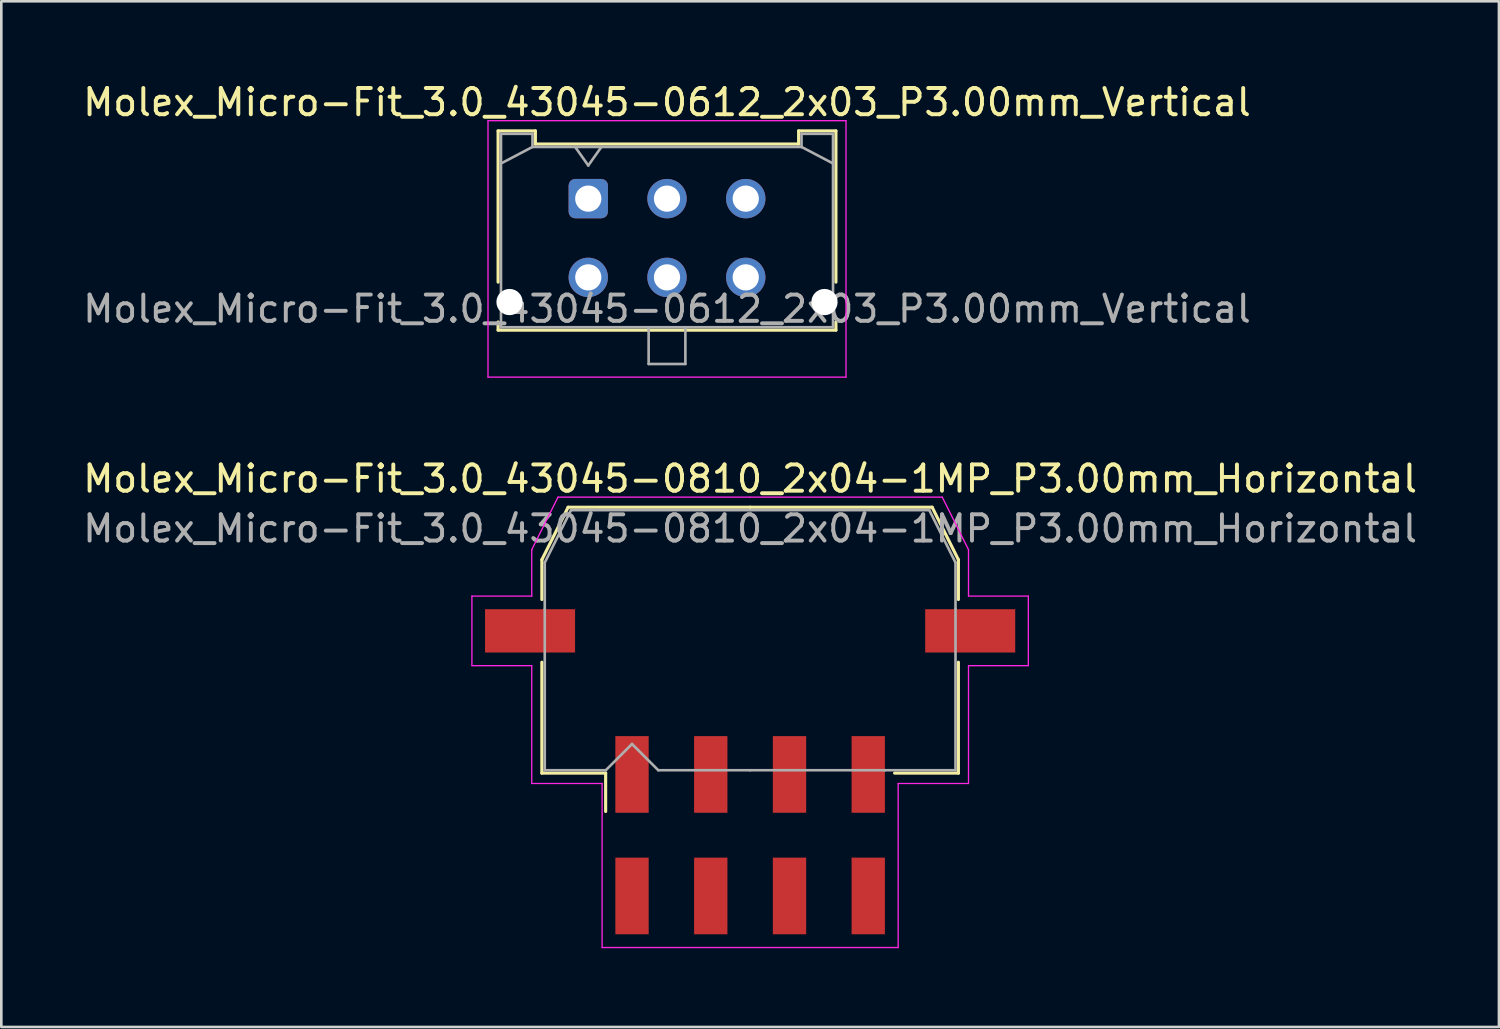
<source format=kicad_pcb>
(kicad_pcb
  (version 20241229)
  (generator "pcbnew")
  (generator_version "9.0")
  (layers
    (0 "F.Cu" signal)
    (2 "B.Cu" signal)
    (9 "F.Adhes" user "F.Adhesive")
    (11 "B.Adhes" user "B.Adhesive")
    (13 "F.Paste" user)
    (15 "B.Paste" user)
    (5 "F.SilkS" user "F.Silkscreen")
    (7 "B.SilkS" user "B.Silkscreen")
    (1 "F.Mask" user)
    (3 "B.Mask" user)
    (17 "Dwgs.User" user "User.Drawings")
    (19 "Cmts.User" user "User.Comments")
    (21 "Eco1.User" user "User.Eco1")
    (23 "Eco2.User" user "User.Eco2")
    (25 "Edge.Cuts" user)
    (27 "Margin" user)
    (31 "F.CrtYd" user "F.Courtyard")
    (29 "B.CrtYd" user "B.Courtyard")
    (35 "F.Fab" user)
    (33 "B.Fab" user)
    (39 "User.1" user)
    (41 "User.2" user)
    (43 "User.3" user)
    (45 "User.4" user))
  (footprint "Molex_Micro-Fit_3.0_43045-0810_2x04-1MP_P3.00mm_Horizontal"
    (layer "F.Cu")
    (at 25.53 28.771)
    (property "Reference" "Molex_Micro-Fit_3.0_43045-0810_2x04-1MP_P3.00mm_Horizontal" (at 0 -13.58 0) (layer "F.SilkS") (effects (font (size 1 1) (thickness 0.15))))
    (attr smd)
    (fp_line (start -7.935 -10.495) (end -7.935 -8.98) (stroke (width 0.12) (type solid)) (layer "F.SilkS"))
    (fp_line (start -7.935 -6.59) (end -7.935 -2.365) (stroke (width 0.12) (type solid)) (layer "F.SilkS"))
    (fp_line (start -7.935 -2.365) (end -5.505 -2.365) (stroke (width 0.12) (type solid)) (layer "F.SilkS"))
    (fp_line (start -6.935 -12.495) (end -7.935 -10.495) (stroke (width 0.12) (type solid)) (layer "F.SilkS"))
    (fp_line (start -5.505 -2.365) (end -5.505 -0.905) (stroke (width 0.12) (type solid)) (layer "F.SilkS"))
    (fp_line (start 0 -12.495) (end -6.935 -12.495) (stroke (width 0.12) (type solid)) (layer "F.SilkS"))
    (fp_line (start 0 -12.495) (end 6.935 -12.495) (stroke (width 0.12) (type solid)) (layer "F.SilkS"))
    (fp_line (start 6.935 -12.495) (end 7.935 -10.495) (stroke (width 0.12) (type solid)) (layer "F.SilkS"))
    (fp_line (start 7.935 -10.495) (end 7.935 -8.98) (stroke (width 0.12) (type solid)) (layer "F.SilkS"))
    (fp_line (start 7.935 -6.59) (end 7.935 -2.365) (stroke (width 0.12) (type solid)) (layer "F.SilkS"))
    (fp_line (start 7.935 -2.365) (end 5.505 -2.365) (stroke (width 0.12) (type solid)) (layer "F.SilkS"))
    (fp_line (start -10.6 -9.11) (end -10.6 -6.46) (stroke (width 0.05) (type solid)) (layer "F.CrtYd"))
    (fp_line (start -10.6 -6.46) (end -8.32 -6.46) (stroke (width 0.05) (type solid)) (layer "F.CrtYd"))
    (fp_line (start -8.32 -10.88) (end -8.32 -9.11) (stroke (width 0.05) (type solid)) (layer "F.CrtYd"))
    (fp_line (start -8.32 -9.11) (end -10.6 -9.11) (stroke (width 0.05) (type solid)) (layer "F.CrtYd"))
    (fp_line (start -8.32 -6.46) (end -8.32 -1.97) (stroke (width 0.05) (type solid)) (layer "F.CrtYd"))
    (fp_line (start -8.32 -1.97) (end -5.64 -1.97) (stroke (width 0.05) (type solid)) (layer "F.CrtYd"))
    (fp_line (start -7.32 -12.88) (end -8.32 -10.88) (stroke (width 0.05) (type solid)) (layer "F.CrtYd"))
    (fp_line (start -5.64 -1.97) (end -5.64 4.28) (stroke (width 0.05) (type solid)) (layer "F.CrtYd"))
    (fp_line (start -5.64 4.28) (end 0 4.28) (stroke (width 0.05) (type solid)) (layer "F.CrtYd"))
    (fp_line (start 0 -12.88) (end -7.32 -12.88) (stroke (width 0.05) (type solid)) (layer "F.CrtYd"))
    (fp_line (start 0 -12.88) (end 7.32 -12.88) (stroke (width 0.05) (type solid)) (layer "F.CrtYd"))
    (fp_line (start 5.64 -1.97) (end 5.64 4.28) (stroke (width 0.05) (type solid)) (layer "F.CrtYd"))
    (fp_line (start 5.64 4.28) (end 0 4.28) (stroke (width 0.05) (type solid)) (layer "F.CrtYd"))
    (fp_line (start 7.32 -12.88) (end 8.32 -10.88) (stroke (width 0.05) (type solid)) (layer "F.CrtYd"))
    (fp_line (start 8.32 -10.88) (end 8.32 -9.11) (stroke (width 0.05) (type solid)) (layer "F.CrtYd"))
    (fp_line (start 8.32 -9.11) (end 10.6 -9.11) (stroke (width 0.05) (type solid)) (layer "F.CrtYd"))
    (fp_line (start 8.32 -6.46) (end 8.32 -1.97) (stroke (width 0.05) (type solid)) (layer "F.CrtYd"))
    (fp_line (start 8.32 -1.97) (end 5.64 -1.97) (stroke (width 0.05) (type solid)) (layer "F.CrtYd"))
    (fp_line (start 10.6 -9.11) (end 10.6 -6.46) (stroke (width 0.05) (type solid)) (layer "F.CrtYd"))
    (fp_line (start 10.6 -6.46) (end 8.32 -6.46) (stroke (width 0.05) (type solid)) (layer "F.CrtYd"))
    (fp_line (start -7.825 -10.385) (end -7.825 -8.61) (stroke (width 0.1) (type solid)) (layer "F.Fab"))
    (fp_line (start -7.825 -8.61) (end -7.825 -2.475) (stroke (width 0.1) (type solid)) (layer "F.Fab"))
    (fp_line (start -7.825 -2.475) (end -5.5 -2.475) (stroke (width 0.1) (type solid)) (layer "F.Fab"))
    (fp_line (start -6.825 -12.385) (end -7.825 -10.385) (stroke (width 0.1) (type solid)) (layer "F.Fab"))
    (fp_line (start -5.5 -2.475) (end -4.5 -3.475) (stroke (width 0.1) (type solid)) (layer "F.Fab"))
    (fp_line (start -4.5 -3.475) (end -3.5 -2.475) (stroke (width 0.1) (type solid)) (layer "F.Fab"))
    (fp_line (start -3.5 -2.475) (end 0 -2.475) (stroke (width 0.1) (type solid)) (layer "F.Fab"))
    (fp_line (start 0 -12.385) (end -6.825 -12.385) (stroke (width 0.1) (type solid)) (layer "F.Fab"))
    (fp_line (start 0 -12.385) (end 6.825 -12.385) (stroke (width 0.1) (type solid)) (layer "F.Fab"))
    (fp_line (start 5.135 -2.475) (end 0 -2.475) (stroke (width 0.1) (type solid)) (layer "F.Fab"))
    (fp_line (start 6.825 -12.385) (end 7.825 -10.385) (stroke (width 0.1) (type solid)) (layer "F.Fab"))
    (fp_line (start 7.825 -10.385) (end 7.825 -8.61) (stroke (width 0.1) (type solid)) (layer "F.Fab"))
    (fp_line (start 7.825 -8.61) (end 7.825 -2.475) (stroke (width 0.1) (type solid)) (layer "F.Fab"))
    (fp_line (start 7.825 -2.475) (end 5.135 -2.475) (stroke (width 0.1) (type solid)) (layer "F.Fab"))
    (fp_text user "${REFERENCE}" (at 0 -11.68 0) (layer "F.Fab") (effects (font (size 1 1) (thickness 0.15))))
    (pad "1" smd rect (at -4.5 -2.315) (size 1.27 2.92) (layers "F.Cu" "F.Mask" "F.Paste"))
    (pad "2" smd rect (at -1.5 -2.315) (size 1.27 2.92) (layers "F.Cu" "F.Mask" "F.Paste"))
    (pad "3" smd rect (at 1.5 -2.315) (size 1.27 2.92) (layers "F.Cu" "F.Mask" "F.Paste"))
    (pad "4" smd rect (at 4.5 -2.315) (size 1.27 2.92) (layers "F.Cu" "F.Mask" "F.Paste"))
    (pad "5" smd rect (at -4.5 2.315) (size 1.27 2.92) (layers "F.Cu" "F.Mask" "F.Paste"))
    (pad "6" smd rect (at -1.5 2.315) (size 1.27 2.92) (layers "F.Cu" "F.Mask" "F.Paste"))
    (pad "7" smd rect (at 1.5 2.315) (size 1.27 2.92) (layers "F.Cu" "F.Mask" "F.Paste"))
    (pad "8" smd rect (at 4.5 2.315) (size 1.27 2.92) (layers "F.Cu" "F.Mask" "F.Paste"))
    (pad "MP" smd rect (at -8.385 -7.785) (size 3.43 1.65) (layers "F.Cu" "F.Mask" "F.Paste"))
    (pad "MP" smd rect (at 8.385 -7.785) (size 3.43 1.65) (layers "F.Cu" "F.Mask" "F.Paste")))
  (footprint "Molex_Micro-Fit_3.0_43045-0612_2x03_P3.00mm_Vertical"
    (layer "F.Cu")
    (at 19.363 4.518)
    (property "Reference" "Molex_Micro-Fit_3.0_43045-0612_2x03_P3.00mm_Vertical" (at 3 -3.67 0) (layer "F.SilkS") (effects (font (size 1 1) (thickness 0.15))))
    (attr through_hole)
    (fp_line (start -3.435 -2.58) (end -2.015 -2.58) (stroke (width 0.12) (type solid)) (layer "F.SilkS"))
    (fp_line (start -3.435 3.18) (end -3.435 -2.58) (stroke (width 0.12) (type solid)) (layer "F.SilkS"))
    (fp_line (start -3.435 4.7) (end -3.435 5.01) (stroke (width 0.12) (type solid)) (layer "F.SilkS"))
    (fp_line (start -3.435 5.01) (end 9.435 5.01) (stroke (width 0.12) (type solid)) (layer "F.SilkS"))
    (fp_line (start -2.015 -2.58) (end -2.015 -2.08) (stroke (width 0.12) (type solid)) (layer "F.SilkS"))
    (fp_line (start -2.015 -2.08) (end 8.015 -2.08) (stroke (width 0.12) (type solid)) (layer "F.SilkS"))
    (fp_line (start 8.015 -2.58) (end 9.435 -2.58) (stroke (width 0.12) (type solid)) (layer "F.SilkS"))
    (fp_line (start 8.015 -2.08) (end 8.015 -2.58) (stroke (width 0.12) (type solid)) (layer "F.SilkS"))
    (fp_line (start 9.435 -2.58) (end 9.435 3.18) (stroke (width 0.12) (type solid)) (layer "F.SilkS"))
    (fp_line (start 9.435 5.01) (end 9.435 4.7) (stroke (width 0.12) (type solid)) (layer "F.SilkS"))
    (fp_line (start -3.82 -2.97) (end 9.82 -2.97) (stroke (width 0.05) (type solid)) (layer "F.CrtYd"))
    (fp_line (start -3.82 6.8) (end -3.82 -2.97) (stroke (width 0.05) (type solid)) (layer "F.CrtYd"))
    (fp_line (start 9.82 -2.97) (end 9.82 6.8) (stroke (width 0.05) (type solid)) (layer "F.CrtYd"))
    (fp_line (start 9.82 6.8) (end -3.82 6.8) (stroke (width 0.05) (type solid)) (layer "F.CrtYd"))
    (fp_line (start -3.325 -2.47) (end -3.325 4.9) (stroke (width 0.1) (type solid)) (layer "F.Fab"))
    (fp_line (start -3.325 -1.34) (end -2.125 -1.97) (stroke (width 0.1) (type solid)) (layer "F.Fab"))
    (fp_line (start -3.325 4.9) (end 9.325 4.9) (stroke (width 0.1) (type solid)) (layer "F.Fab"))
    (fp_line (start -2.125 -2.47) (end -3.325 -2.47) (stroke (width 0.1) (type solid)) (layer "F.Fab"))
    (fp_line (start -2.125 -1.97) (end -2.125 -2.47) (stroke (width 0.1) (type solid)) (layer "F.Fab"))
    (fp_line (start -0.5 -1.97) (end 0 -1.263) (stroke (width 0.1) (type solid)) (layer "F.Fab"))
    (fp_line (start 0 -1.263) (end 0.5 -1.97) (stroke (width 0.1) (type solid)) (layer "F.Fab"))
    (fp_line (start 2.3 4.9) (end 2.3 6.3) (stroke (width 0.1) (type solid)) (layer "F.Fab"))
    (fp_line (start 2.3 6.3) (end 3.7 6.3) (stroke (width 0.1) (type solid)) (layer "F.Fab"))
    (fp_line (start 3.7 6.3) (end 3.7 4.9) (stroke (width 0.1) (type solid)) (layer "F.Fab"))
    (fp_line (start 8.125 -2.47) (end 8.125 -1.97) (stroke (width 0.1) (type solid)) (layer "F.Fab"))
    (fp_line (start 8.125 -1.97) (end -2.125 -1.97) (stroke (width 0.1) (type solid)) (layer "F.Fab"))
    (fp_line (start 9.325 -2.47) (end 8.125 -2.47) (stroke (width 0.1) (type solid)) (layer "F.Fab"))
    (fp_line (start 9.325 -1.34) (end 8.125 -1.97) (stroke (width 0.1) (type solid)) (layer "F.Fab"))
    (fp_line (start 9.325 4.9) (end 9.325 -2.47) (stroke (width 0.1) (type solid)) (layer "F.Fab"))
    (fp_text user "${REFERENCE}" (at 3 4.2 0) (layer "F.Fab") (effects (font (size 1 1) (thickness 0.15))))
    (pad "" np_thru_hole circle (at -3 3.94) (size 1 1) (drill 1) (layers "*.Cu" "*.Mask"))
    (pad "" np_thru_hole circle (at 9 3.94) (size 1 1) (drill 1) (layers "*.Cu" "*.Mask"))
    (pad "1" thru_hole roundrect (at 0 0) (size 1.5 1.5) (drill 1) (layers "*.Cu" "*.Mask") (roundrect_rratio 0.167))
    (pad "2" thru_hole circle (at 3 0) (size 1.5 1.5) (drill 1) (layers "*.Cu" "*.Mask"))
    (pad "3" thru_hole circle (at 6 0) (size 1.5 1.5) (drill 1) (layers "*.Cu" "*.Mask"))
    (pad "4" thru_hole circle (at 0 3) (size 1.5 1.5) (drill 1) (layers "*.Cu" "*.Mask"))
    (pad "5" thru_hole circle (at 3 3) (size 1.5 1.5) (drill 1) (layers "*.Cu" "*.Mask"))
    (pad "6" thru_hole circle (at 6 3) (size 1.5 1.5) (drill 1) (layers "*.Cu" "*.Mask")))
  (gr_rect
    (start -3 -3)
    (end 54.06 36.077)
    (stroke (width 0.1) (type default))
    (fill no)
    (layer "Edge.Cuts")))
</source>
